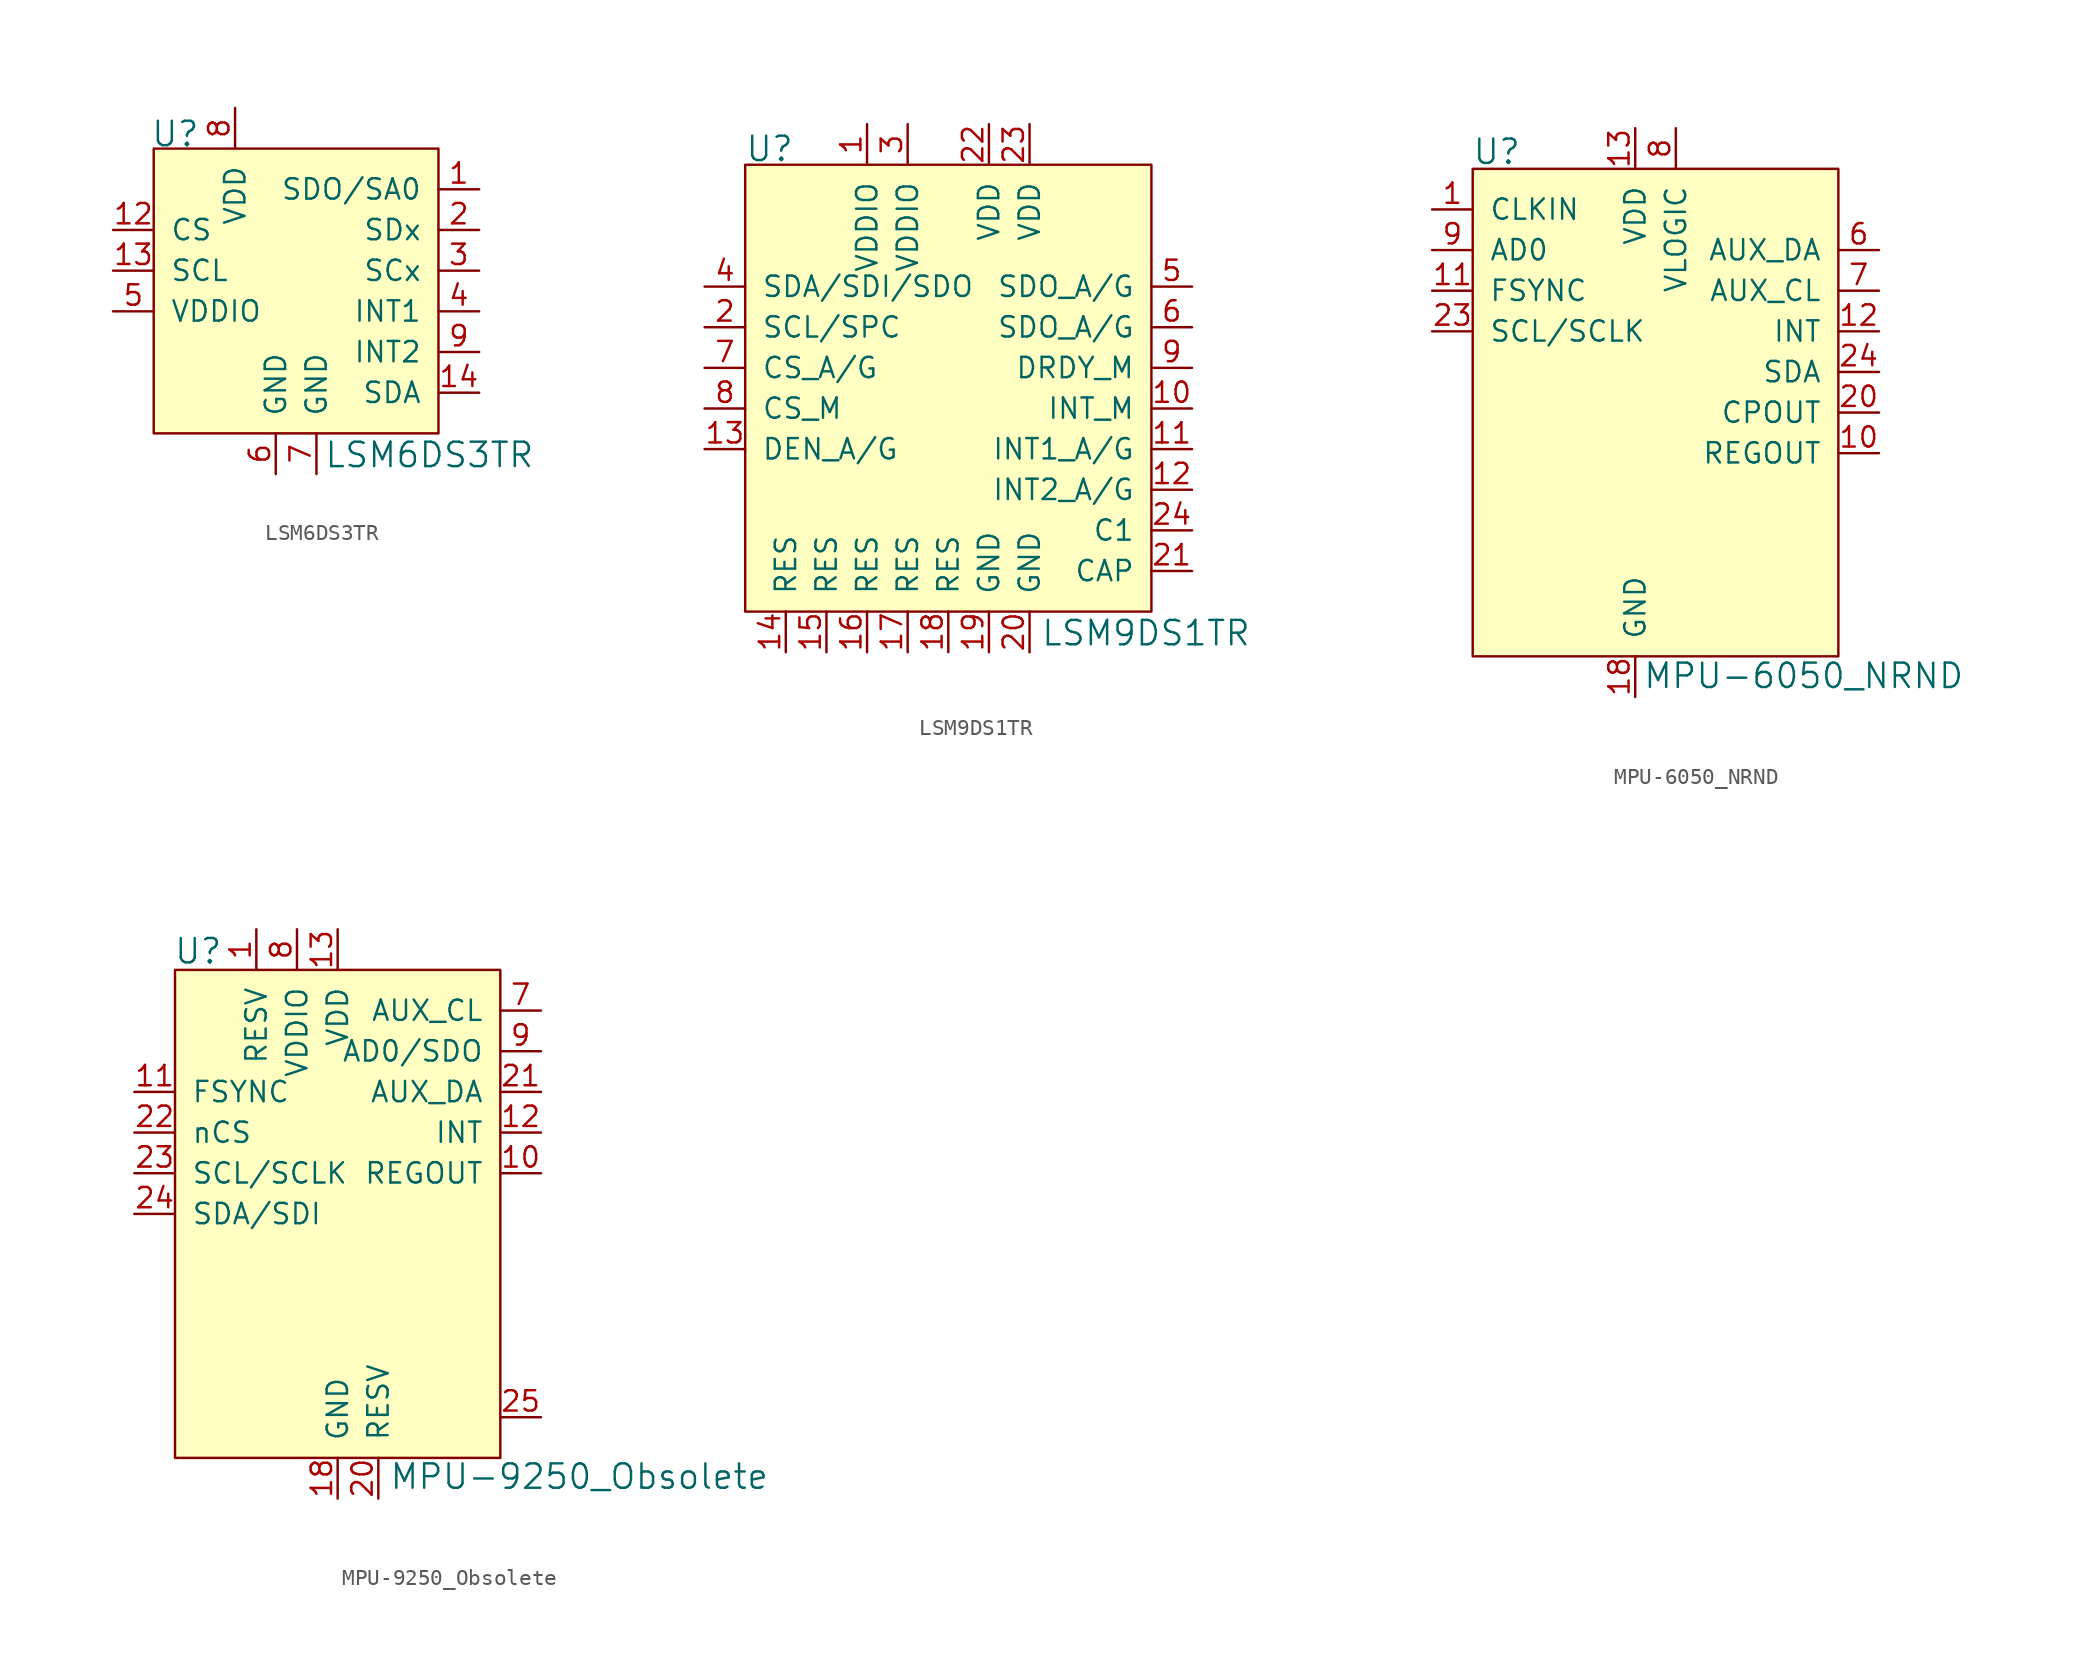
<source format=kicad_sym>
(kicad_symbol_lib
  (version 20211014)
  (generator kicad_symbol_editor)
  (symbol "LSM6DS3TR"
    (pin_names
      (offset 1.016))
    (property "Reference" "U"
      (at -7.823 11.074 0)
      (effects (font (size 1.524 1.524)) (justify left)))
    (property "Value" "LSM6DS3TR"
      (at 2.997 -8.966 0)
      (effects (font (size 1.524 1.524)) (justify left)))
    (symbol "LSM6DS3TR_0_1"
      (rectangle (start -7.62 10.16) (end 10.16 -7.62) (stroke (width 0) (type default) (color 0 0 0 0)) (fill (type background))))
    (symbol "LSM6DS3TR_1_0"
      (pin output line (at 12.7 7.62 180) (length 2.54) (name "SDO/SA0" (effects (font (size 1.27 1.27)))) (number "1" (effects (font (size 1.27 1.27)))))
      (pin no_connect line (at -7.62 -2.54 0) (length 2.54) hide (name "NC" (effects (font (size 1.27 1.27)))) (number "10" (effects (font (size 1.27 1.27)))))
      (pin no_connect line (at -7.62 -5.08 0) (length 2.54) hide (name "NC" (effects (font (size 1.27 1.27)))) (number "11" (effects (font (size 1.27 1.27)))))
      (pin input line (at -10.16 5.08 0) (length 2.54) (name "CS" (effects (font (size 1.27 1.27)))) (number "12" (effects (font (size 1.27 1.27)))))
      (pin input line (at -10.16 2.54 0) (length 2.54) (name "SCL" (effects (font (size 1.27 1.27)))) (number "13" (effects (font (size 1.27 1.27)))))
      (pin bidirectional line (at 12.7 -5.08 180) (length 2.54) (name "SDA" (effects (font (size 1.27 1.27)))) (number "14" (effects (font (size 1.27 1.27)))))
      (pin output line (at 12.7 5.08 180) (length 2.54) (name "SDx" (effects (font (size 1.27 1.27)))) (number "2" (effects (font (size 1.27 1.27)))))
      (pin output line (at 12.7 2.54 180) (length 2.54) (name "SCx" (effects (font (size 1.27 1.27)))) (number "3" (effects (font (size 1.27 1.27)))))
      (pin output line (at 12.7 0 180) (length 2.54) (name "INT1" (effects (font (size 1.27 1.27)))) (number "4" (effects (font (size 1.27 1.27)))))
      (pin bidirectional line (at -10.16 0 0) (length 2.54) (name "VDDIO" (effects (font (size 1.27 1.27)))) (number "5" (effects (font (size 1.27 1.27)))))
      (pin bidirectional line (at 0 -10.16 90) (length 2.54) (name "GND" (effects (font (size 1.27 1.27)))) (number "6" (effects (font (size 1.27 1.27)))))
      (pin bidirectional line (at 2.54 -10.16 90) (length 2.54) (name "GND" (effects (font (size 1.27 1.27)))) (number "7" (effects (font (size 1.27 1.27)))))
      (pin bidirectional line (at -2.54 12.7 270) (length 2.54) (name "VDD" (effects (font (size 1.27 1.27)))) (number "8" (effects (font (size 1.27 1.27)))))
      (pin output line (at 12.7 -2.54 180) (length 2.54) (name "INT2" (effects (font (size 1.27 1.27)))) (number "9" (effects (font (size 1.27 1.27)))))))
  (symbol "LSM9DS1TR"
    (pin_names
      (offset 1.016))
    (property "Reference" "U"
      (at -12.725 18.771 0)
      (effects (font (size 1.524 1.524)) (justify left)))
    (property "Value" "LSM9DS1TR"
      (at 5.766 -11.506 0)
      (effects (font (size 1.524 1.524)) (justify left)))
    (symbol "LSM9DS1TR_0_1"
      (rectangle (start -12.7 17.78) (end 12.7 -10.16) (stroke (width 0) (type default) (color 0 0 0 0)) (fill (type background))))
    (symbol "LSM9DS1TR_1_0"
      (pin power_in line (at -5.08 20.32 270) (length 2.54) (name "VDDIO" (effects (font (size 1.27 1.27)))) (number "1" (effects (font (size 1.27 1.27)))))
      (pin output line (at 15.24 2.54 180) (length 2.54) (name "INT_M" (effects (font (size 1.27 1.27)))) (number "10" (effects (font (size 1.27 1.27)))))
      (pin output line (at 15.24 0 180) (length 2.54) (name "INT1_A/G" (effects (font (size 1.27 1.27)))) (number "11" (effects (font (size 1.27 1.27)))))
      (pin output line (at 15.24 -2.54 180) (length 2.54) (name "INT2_A/G" (effects (font (size 1.27 1.27)))) (number "12" (effects (font (size 1.27 1.27)))))
      (pin input line (at -15.24 0 0) (length 2.54) (name "DEN_A/G" (effects (font (size 1.27 1.27)))) (number "13" (effects (font (size 1.27 1.27)))))
      (pin power_in line (at -10.16 -12.7 90) (length 2.54) (name "RES" (effects (font (size 1.27 1.27)))) (number "14" (effects (font (size 1.27 1.27)))))
      (pin power_in line (at -7.62 -12.7 90) (length 2.54) (name "RES" (effects (font (size 1.27 1.27)))) (number "15" (effects (font (size 1.27 1.27)))))
      (pin power_in line (at -5.08 -12.7 90) (length 2.54) (name "RES" (effects (font (size 1.27 1.27)))) (number "16" (effects (font (size 1.27 1.27)))))
      (pin power_in line (at -2.54 -12.7 90) (length 2.54) (name "RES" (effects (font (size 1.27 1.27)))) (number "17" (effects (font (size 1.27 1.27)))))
      (pin power_in line (at 0 -12.7 90) (length 2.54) (name "RES" (effects (font (size 1.27 1.27)))) (number "18" (effects (font (size 1.27 1.27)))))
      (pin power_in line (at 2.54 -12.7 90) (length 2.54) (name "GND" (effects (font (size 1.27 1.27)))) (number "19" (effects (font (size 1.27 1.27)))))
      (pin input line (at -15.24 7.62 0) (length 2.54) (name "SCL/SPC" (effects (font (size 1.27 1.27)))) (number "2" (effects (font (size 1.27 1.27)))))
      (pin power_in line (at 5.08 -12.7 90) (length 2.54) (name "GND" (effects (font (size 1.27 1.27)))) (number "20" (effects (font (size 1.27 1.27)))))
      (pin unspecified line (at 15.24 -7.62 180) (length 2.54) (name "CAP" (effects (font (size 1.27 1.27)))) (number "21" (effects (font (size 1.27 1.27)))))
      (pin power_in line (at 2.54 20.32 270) (length 2.54) (name "VDD" (effects (font (size 1.27 1.27)))) (number "22" (effects (font (size 1.27 1.27)))))
      (pin power_in line (at 5.08 20.32 270) (length 2.54) (name "VDD" (effects (font (size 1.27 1.27)))) (number "23" (effects (font (size 1.27 1.27)))))
      (pin unspecified line (at 15.24 -5.08 180) (length 2.54) (name "C1" (effects (font (size 1.27 1.27)))) (number "24" (effects (font (size 1.27 1.27)))))
      (pin power_in line (at -2.54 20.32 270) (length 2.54) (name "VDDIO" (effects (font (size 1.27 1.27)))) (number "3" (effects (font (size 1.27 1.27)))))
      (pin bidirectional line (at -15.24 10.16 0) (length 2.54) (name "SDA/SDI/SDO" (effects (font (size 1.27 1.27)))) (number "4" (effects (font (size 1.27 1.27)))))
      (pin output line (at 15.24 10.16 180) (length 2.54) (name "SDO_A/G" (effects (font (size 1.27 1.27)))) (number "5" (effects (font (size 1.27 1.27)))))
      (pin output line (at 15.24 7.62 180) (length 2.54) (name "SDO_A/G" (effects (font (size 1.27 1.27)))) (number "6" (effects (font (size 1.27 1.27)))))
      (pin input line (at -15.24 5.08 0) (length 2.54) (name "CS_A/G" (effects (font (size 1.27 1.27)))) (number "7" (effects (font (size 1.27 1.27)))))
      (pin input line (at -15.24 2.54 0) (length 2.54) (name "CS_M" (effects (font (size 1.27 1.27)))) (number "8" (effects (font (size 1.27 1.27)))))
      (pin output line (at 15.24 5.08 180) (length 2.54) (name "DRDY_M" (effects (font (size 1.27 1.27)))) (number "9" (effects (font (size 1.27 1.27)))))))
  (symbol "MPU-6050_NRND"
    (pin_names
      (offset 1.016))
    (property "Reference" "U"
      (at -10.211 16.307 0)
      (effects (font (size 1.524 1.524)) (justify left)))
    (property "Value" "MPU-6050_NRND"
      (at 0.457 -16.459 0)
      (effects (font (size 1.524 1.524)) (justify left)))
    (symbol "MPU-6050_NRND_1_0"
      (pin input line (at -12.7 12.7 0) (length 2.54) (name "CLKIN" (effects (font (size 1.27 1.27)))) (number "1" (effects (font (size 1.27 1.27)))))
      (pin unspecified line (at 15.24 -2.54 180) (length 2.54) (name "REGOUT" (effects (font (size 1.27 1.27)))) (number "10" (effects (font (size 1.27 1.27)))))
      (pin input line (at -12.7 7.62 0) (length 2.54) (name "FSYNC" (effects (font (size 1.27 1.27)))) (number "11" (effects (font (size 1.27 1.27)))))
      (pin output line (at 15.24 5.08 180) (length 2.54) (name "INT" (effects (font (size 1.27 1.27)))) (number "12" (effects (font (size 1.27 1.27)))))
      (pin power_in line (at 0 17.78 270) (length 2.54) (name "VDD" (effects (font (size 1.27 1.27)))) (number "13" (effects (font (size 1.27 1.27)))))
      (pin no_connect line (at 12.7 -10.16 180) (length 2.54) hide (name "NC" (effects (font (size 1.27 1.27)))) (number "14" (effects (font (size 1.27 1.27)))))
      (pin no_connect line (at 12.7 -12.7 180) (length 2.54) hide (name "NC" (effects (font (size 1.27 1.27)))) (number "15" (effects (font (size 1.27 1.27)))))
      (pin no_connect line (at 12.7 -7.62 180) (length 2.54) hide (name "NC" (effects (font (size 1.27 1.27)))) (number "16" (effects (font (size 1.27 1.27)))))
      (pin no_connect line (at 12.7 -5.08 180) (length 2.54) hide (name "NC" (effects (font (size 1.27 1.27)))) (number "17" (effects (font (size 1.27 1.27)))))
      (pin power_in line (at 0 -17.78 90) (length 2.54) (name "GND" (effects (font (size 1.27 1.27)))) (number "18" (effects (font (size 1.27 1.27)))))
      (pin no_connect line (at -10.16 2.54 0) (length 2.54) hide (name "RESV" (effects (font (size 1.27 1.27)))) (number "19" (effects (font (size 1.27 1.27)))))
      (pin no_connect line (at -10.16 -12.7 0) (length 2.54) hide (name "NC" (effects (font (size 1.27 1.27)))) (number "2" (effects (font (size 1.27 1.27)))))
      (pin unspecified line (at 15.24 0 180) (length 2.54) (name "CPOUT" (effects (font (size 1.27 1.27)))) (number "20" (effects (font (size 1.27 1.27)))))
      (pin no_connect line (at -10.16 0 0) (length 2.54) hide (name "RESV" (effects (font (size 1.27 1.27)))) (number "21" (effects (font (size 1.27 1.27)))))
      (pin no_connect line (at -10.16 -2.54 0) (length 2.54) hide (name "RESV" (effects (font (size 1.27 1.27)))) (number "22" (effects (font (size 1.27 1.27)))))
      (pin input line (at -12.7 5.08 0) (length 2.54) (name "SCL/SCLK" (effects (font (size 1.27 1.27)))) (number "23" (effects (font (size 1.27 1.27)))))
      (pin bidirectional line (at 15.24 2.54 180) (length 2.54) (name "SDA" (effects (font (size 1.27 1.27)))) (number "24" (effects (font (size 1.27 1.27)))))
      (pin no_connect line (at -10.16 -10.16 0) (length 2.54) hide (name "NC" (effects (font (size 1.27 1.27)))) (number "3" (effects (font (size 1.27 1.27)))))
      (pin no_connect line (at -10.16 -7.62 0) (length 2.54) hide (name "NC" (effects (font (size 1.27 1.27)))) (number "4" (effects (font (size 1.27 1.27)))))
      (pin no_connect line (at -10.16 -5.08 0) (length 2.54) hide (name "NC" (effects (font (size 1.27 1.27)))) (number "5" (effects (font (size 1.27 1.27)))))
      (pin bidirectional line (at 15.24 10.16 180) (length 2.54) (name "AUX_DA" (effects (font (size 1.27 1.27)))) (number "6" (effects (font (size 1.27 1.27)))))
      (pin output line (at 15.24 7.62 180) (length 2.54) (name "AUX_CL" (effects (font (size 1.27 1.27)))) (number "7" (effects (font (size 1.27 1.27)))))
      (pin power_in line (at 2.54 17.78 270) (length 2.54) (name "VLOGIC" (effects (font (size 1.27 1.27)))) (number "8" (effects (font (size 1.27 1.27)))))
      (pin input line (at -12.7 10.16 0) (length 2.54) (name "AD0" (effects (font (size 1.27 1.27)))) (number "9" (effects (font (size 1.27 1.27))))))
    (symbol "MPU-6050_NRND_1_1"
      (rectangle (start -10.16 15.24) (end 12.7 -15.24) (stroke (width 0) (type default) (color 0 0 0 0)) (fill (type background)))))
  (symbol "MPU-9250_Obsolete"
    (pin_names
      (offset 1.016))
    (property "Reference" "U"
      (at -17.882 11.328 0)
      (effects (font (size 1.524 1.524)) (justify left)))
    (property "Value" "MPU-9250_Obsolete"
      (at -4.42 -21.488 0)
      (effects (font (size 1.524 1.524)) (justify left)))
    (symbol "MPU-9250_Obsolete_0_1"
      (rectangle (start -17.78 10.16) (end 2.54 -20.32) (stroke (width 0) (type default) (color 0 0 0 0)) (fill (type background))))
    (symbol "MPU-9250_Obsolete_1_0"
      (pin unspecified line (at 5.08 -2.54 180) (length 2.54) (name "REGOUT" (effects (font (size 1.27 1.27)))) (number "10" (effects (font (size 1.27 1.27)))))
      (pin input line (at -20.32 2.54 0) (length 2.54) (name "FSYNC" (effects (font (size 1.27 1.27)))) (number "11" (effects (font (size 1.27 1.27)))))
      (pin output line (at 5.08 0 180) (length 2.54) (name "INT" (effects (font (size 1.27 1.27)))) (number "12" (effects (font (size 1.27 1.27)))))
      (pin power_in line (at -7.62 12.7 270) (length 2.54) (name "VDD" (effects (font (size 1.27 1.27)))) (number "13" (effects (font (size 1.27 1.27)))))
      (pin no_connect line (at 2.54 -7.62 180) (length 2.54) hide (name "NC" (effects (font (size 1.27 1.27)))) (number "14" (effects (font (size 1.27 1.27)))))
      (pin no_connect line (at 2.54 -10.16 180) (length 2.54) hide (name "NC" (effects (font (size 1.27 1.27)))) (number "15" (effects (font (size 1.27 1.27)))))
      (pin no_connect line (at 2.54 -12.7 180) (length 2.54) hide (name "NC" (effects (font (size 1.27 1.27)))) (number "16" (effects (font (size 1.27 1.27)))))
      (pin no_connect line (at 2.54 -15.24 180) (length 2.54) hide (name "NC" (effects (font (size 1.27 1.27)))) (number "17" (effects (font (size 1.27 1.27)))))
      (pin power_in line (at -7.62 -22.86 90) (length 2.54) (name "GND" (effects (font (size 1.27 1.27)))) (number "18" (effects (font (size 1.27 1.27)))))
      (pin no_connect line (at 2.54 -5.08 180) (length 2.54) hide (name "RESV" (effects (font (size 1.27 1.27)))) (number "19" (effects (font (size 1.27 1.27)))))
      (pin no_connect line (at -17.78 -7.62 0) (length 2.54) hide (name "NC" (effects (font (size 1.27 1.27)))) (number "2" (effects (font (size 1.27 1.27)))))
      (pin power_in line (at -5.08 -22.86 90) (length 2.54) (name "RESV" (effects (font (size 1.27 1.27)))) (number "20" (effects (font (size 1.27 1.27)))))
      (pin bidirectional line (at 5.08 2.54 180) (length 2.54) (name "AUX_DA" (effects (font (size 1.27 1.27)))) (number "21" (effects (font (size 1.27 1.27)))))
      (pin input line (at -20.32 0 0) (length 2.54) (name "nCS" (effects (font (size 1.27 1.27)))) (number "22" (effects (font (size 1.27 1.27)))))
      (pin input line (at -20.32 -2.54 0) (length 2.54) (name "SCL/SCLK" (effects (font (size 1.27 1.27)))) (number "23" (effects (font (size 1.27 1.27)))))
      (pin input line (at -20.32 -5.08 0) (length 2.54) (name "SDA/SDI" (effects (font (size 1.27 1.27)))) (number "24" (effects (font (size 1.27 1.27)))))
      (pin unspecified line (at 5.08 -17.78 180) (length 2.54) (name "~" (effects (font (size 1.27 1.27)))) (number "25" (effects (font (size 1.27 1.27)))))
      (pin no_connect line (at -17.78 -10.16 0) (length 2.54) hide (name "NC" (effects (font (size 1.27 1.27)))) (number "3" (effects (font (size 1.27 1.27)))))
      (pin no_connect line (at -17.78 -12.7 0) (length 2.54) hide (name "NC" (effects (font (size 1.27 1.27)))) (number "4" (effects (font (size 1.27 1.27)))))
      (pin no_connect line (at -17.78 -15.24 0) (length 2.54) hide (name "NC" (effects (font (size 1.27 1.27)))) (number "5" (effects (font (size 1.27 1.27)))))
      (pin no_connect line (at -17.78 -17.78 0) (length 2.54) hide (name "NC" (effects (font (size 1.27 1.27)))) (number "6" (effects (font (size 1.27 1.27)))))
      (pin power_in line (at -10.16 12.7 270) (length 2.54) (name "VDDIO" (effects (font (size 1.27 1.27)))) (number "8" (effects (font (size 1.27 1.27)))))
      (pin output line (at 5.08 5.08 180) (length 2.54) (name "AD0/SDO" (effects (font (size 1.27 1.27)))) (number "9" (effects (font (size 1.27 1.27))))))
    (symbol "MPU-9250_Obsolete_1_1"
      (pin power_in line (at -12.7 12.7 270) (length 2.54) (name "RESV" (effects (font (size 1.27 1.27)))) (number "1" (effects (font (size 1.27 1.27)))))
      (pin output line (at 5.08 7.62 180) (length 2.54) (name "AUX_CL" (effects (font (size 1.27 1.27)))) (number "7" (effects (font (size 1.27 1.27))))))))
</source>
